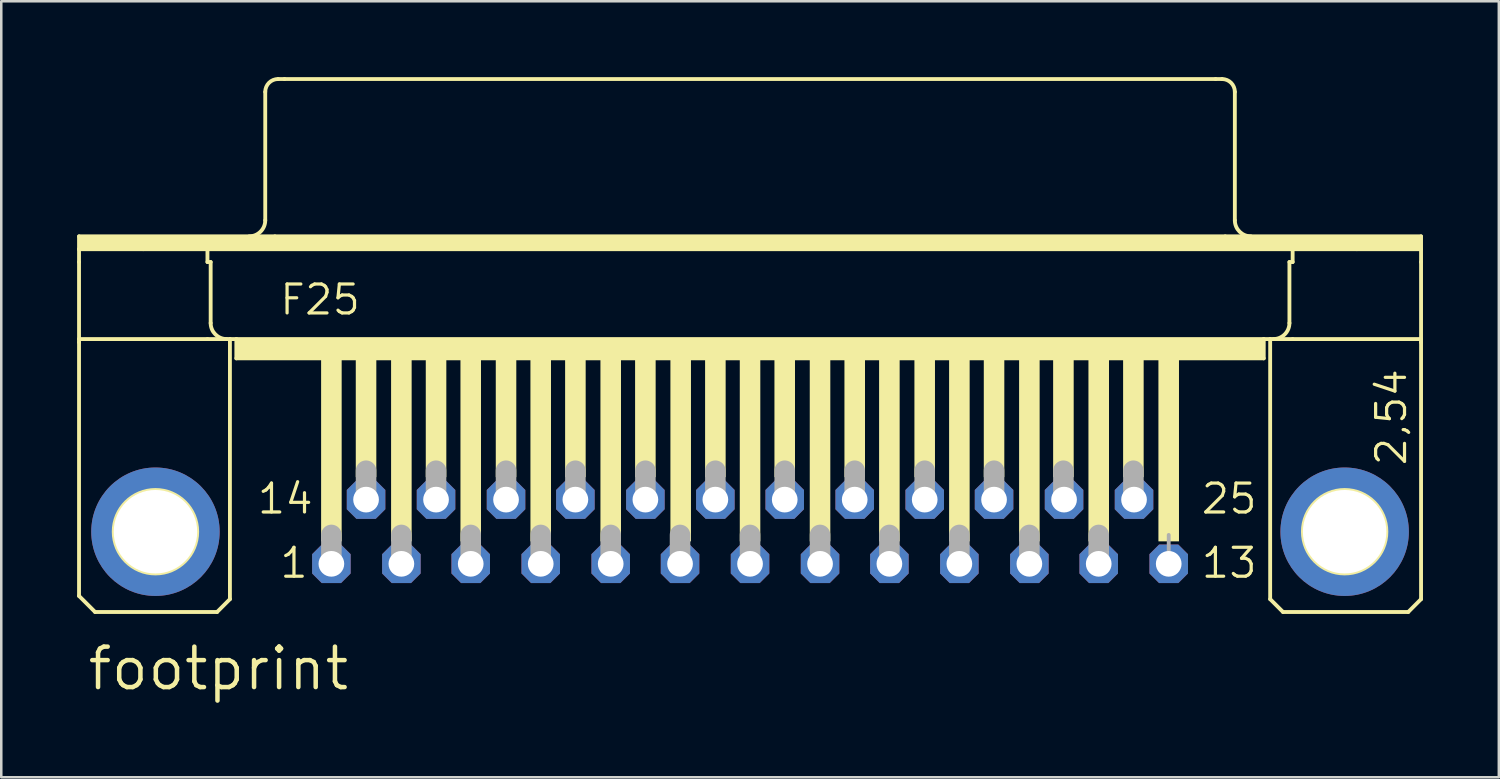
<source format=kicad_pcb>
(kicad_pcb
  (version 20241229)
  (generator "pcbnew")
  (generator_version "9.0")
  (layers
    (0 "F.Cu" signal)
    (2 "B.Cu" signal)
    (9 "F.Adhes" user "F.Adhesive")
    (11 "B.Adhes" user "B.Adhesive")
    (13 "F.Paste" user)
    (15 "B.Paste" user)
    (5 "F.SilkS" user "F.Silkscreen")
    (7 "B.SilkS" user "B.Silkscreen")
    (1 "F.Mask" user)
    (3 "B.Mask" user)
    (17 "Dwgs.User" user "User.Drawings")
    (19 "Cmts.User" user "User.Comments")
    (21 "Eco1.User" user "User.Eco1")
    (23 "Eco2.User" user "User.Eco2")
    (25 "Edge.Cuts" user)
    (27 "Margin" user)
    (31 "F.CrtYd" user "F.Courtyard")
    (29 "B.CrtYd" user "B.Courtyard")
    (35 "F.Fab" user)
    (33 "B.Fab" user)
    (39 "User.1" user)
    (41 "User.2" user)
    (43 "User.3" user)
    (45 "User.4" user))
  (footprint "footprint"
    (layer "F.Cu")
    (at 26.619 17.983)
    (property "Reference" "footprint" (at -26.289 6.35 0) (layer "F.SilkS") (effects (font (size 1.6 1.6) (thickness 0.178)) (justify left bottom)))
    (fp_line (start -26.543 -11.684) (end -18.796 -11.684) (stroke (width 0.152) (type solid)) (layer "F.SilkS"))
    (fp_line (start -26.543 -11.176) (end -26.543 -11.684) (stroke (width 0.152) (type solid)) (layer "F.SilkS"))
    (fp_line (start -26.543 -11.176) (end -24.003 -11.176) (stroke (width 0.152) (type solid)) (layer "F.SilkS"))
    (fp_line (start -26.543 -10.668) (end -26.543 -11.176) (stroke (width 0.152) (type solid)) (layer "F.SilkS"))
    (fp_line (start -26.543 -7.62) (end -26.543 -10.668) (stroke (width 0.152) (type solid)) (layer "F.SilkS"))
    (fp_line (start -26.543 -7.62) (end -26.543 -7.493) (stroke (width 0.152) (type solid)) (layer "F.SilkS"))
    (fp_line (start -26.543 -7.62) (end -21.463 -7.62) (stroke (width 0.152) (type solid)) (layer "F.SilkS"))
    (fp_line (start -26.543 2.54) (end -26.543 -7.493) (stroke (width 0.152) (type solid)) (layer "F.SilkS"))
    (fp_line (start -25.908 3.175) (end -26.543 2.54) (stroke (width 0.152) (type solid)) (layer "F.SilkS"))
    (fp_line (start -24.003 -11.176) (end -21.463 -11.176) (stroke (width 0.152) (type solid)) (layer "F.SilkS"))
    (fp_line (start -21.463 -11.176) (end 21.463 -11.176) (stroke (width 0.152) (type solid)) (layer "F.SilkS"))
    (fp_line (start -21.463 -10.668) (end -21.463 -11.176) (stroke (width 0.152) (type solid)) (layer "F.SilkS"))
    (fp_line (start -21.463 -10.668) (end -21.336 -10.668) (stroke (width 0.152) (type solid)) (layer "F.SilkS"))
    (fp_line (start -21.463 -7.62) (end -20.574 -7.62) (stroke (width 0.152) (type solid)) (layer "F.SilkS"))
    (fp_line (start -21.336 -8.255) (end -21.336 -10.668) (stroke (width 0.152) (type solid)) (layer "F.SilkS"))
    (fp_line (start -21.082 3.175) (end -25.908 3.175) (stroke (width 0.152) (type solid)) (layer "F.SilkS"))
    (fp_line (start -21.082 3.175) (end -20.574 2.667) (stroke (width 0.152) (type solid)) (layer "F.SilkS"))
    (fp_line (start -20.574 -7.62) (end -20.32 -7.62) (stroke (width 0.152) (type solid)) (layer "F.SilkS"))
    (fp_line (start -20.574 2.667) (end -20.574 -7.62) (stroke (width 0.152) (type solid)) (layer "F.SilkS"))
    (fp_line (start -20.32 -7.62) (end -20.32 -6.858) (stroke (width 0.152) (type solid)) (layer "F.SilkS"))
    (fp_line (start -20.32 -7.62) (end 20.32 -7.62) (stroke (width 0.152) (type solid)) (layer "F.SilkS"))
    (fp_line (start -20.32 -6.858) (end 20.32 -6.858) (stroke (width 0.152) (type solid)) (layer "F.SilkS"))
    (fp_line (start -19.177 -12.319) (end -19.177 -17.399) (stroke (width 0.152) (type solid)) (layer "F.SilkS"))
    (fp_line (start -18.796 -11.684) (end 18.796 -11.684) (stroke (width 0.152) (type solid)) (layer "F.SilkS"))
    (fp_line (start -18.669 -17.907) (end -18.415 -17.907) (stroke (width 0.152) (type solid)) (layer "F.SilkS"))
    (fp_line (start -18.415 -17.907) (end 18.415 -17.907) (stroke (width 0.152) (type solid)) (layer "F.SilkS"))
    (fp_line (start 18.415 -17.907) (end 18.669 -17.907) (stroke (width 0.152) (type solid)) (layer "F.SilkS"))
    (fp_line (start 18.796 -11.684) (end 26.543 -11.684) (stroke (width 0.152) (type solid)) (layer "F.SilkS"))
    (fp_line (start 19.177 -12.319) (end 19.177 -17.399) (stroke (width 0.152) (type solid)) (layer "F.SilkS"))
    (fp_line (start 20.32 -7.62) (end 20.32 -6.858) (stroke (width 0.152) (type solid)) (layer "F.SilkS"))
    (fp_line (start 20.32 -7.62) (end 20.574 -7.62) (stroke (width 0.152) (type solid)) (layer "F.SilkS"))
    (fp_line (start 20.574 -7.62) (end 21.463 -7.62) (stroke (width 0.152) (type solid)) (layer "F.SilkS"))
    (fp_line (start 20.574 2.667) (end 20.574 -7.62) (stroke (width 0.152) (type solid)) (layer "F.SilkS"))
    (fp_line (start 20.574 2.667) (end 21.082 3.175) (stroke (width 0.152) (type solid)) (layer "F.SilkS"))
    (fp_line (start 21.082 3.175) (end 26.035 3.175) (stroke (width 0.152) (type solid)) (layer "F.SilkS"))
    (fp_line (start 21.336 -10.668) (end 21.463 -10.668) (stroke (width 0.152) (type solid)) (layer "F.SilkS"))
    (fp_line (start 21.336 -8.255) (end 21.336 -10.668) (stroke (width 0.152) (type solid)) (layer "F.SilkS"))
    (fp_line (start 21.463 -11.176) (end 24.003 -11.176) (stroke (width 0.152) (type solid)) (layer "F.SilkS"))
    (fp_line (start 21.463 -10.668) (end 21.463 -11.176) (stroke (width 0.152) (type solid)) (layer "F.SilkS"))
    (fp_line (start 21.463 -7.62) (end 26.543 -7.62) (stroke (width 0.152) (type solid)) (layer "F.SilkS"))
    (fp_line (start 24.003 -11.176) (end 26.543 -11.176) (stroke (width 0.152) (type solid)) (layer "F.SilkS"))
    (fp_line (start 26.035 3.175) (end 26.543 2.667) (stroke (width 0.152) (type solid)) (layer "F.SilkS"))
    (fp_line (start 26.543 -11.684) (end 26.543 -11.176) (stroke (width 0.152) (type solid)) (layer "F.SilkS"))
    (fp_line (start 26.543 -11.176) (end 26.543 -10.668) (stroke (width 0.152) (type solid)) (layer "F.SilkS"))
    (fp_line (start 26.543 -10.668) (end 26.543 -7.62) (stroke (width 0.152) (type solid)) (layer "F.SilkS"))
    (fp_line (start 26.543 -7.62) (end 26.543 -7.493) (stroke (width 0.152) (type solid)) (layer "F.SilkS"))
    (fp_line (start 26.543 2.667) (end 26.543 -7.493) (stroke (width 0.152) (type solid)) (layer "F.SilkS"))
    (fp_arc (start -20.701 -7.62) (mid -21.150013 -7.805987) (end -21.336 -8.255) (stroke (width 0.1524) (type solid)) (layer "F.SilkS"))
    (fp_arc (start -19.177 -17.399) (mid -19.02821 -17.75821) (end -18.669 -17.907) (stroke (width 0.1524) (type solid)) (layer "F.SilkS"))
    (fp_arc (start -19.177 -12.319) (mid -19.362987 -11.869987) (end -19.812 -11.684) (stroke (width 0.1524) (type solid)) (layer "F.SilkS"))
    (fp_arc (start 18.669 -17.907) (mid 19.02821 -17.75821) (end 19.177 -17.399) (stroke (width 0.1524) (type solid)) (layer "F.SilkS"))
    (fp_arc (start 19.812 -11.684) (mid 19.362987 -11.869987) (end 19.177 -12.319) (stroke (width 0.1524) (type solid)) (layer "F.SilkS"))
    (fp_arc (start 21.336 -8.255) (mid 21.150013 -7.805987) (end 20.701 -7.62) (stroke (width 0.1524) (type solid)) (layer "F.SilkS"))
    (fp_circle (center -23.52 0) (end -21.869 0) (stroke (width 0.152) (type solid)) (fill no) (layer "F.SilkS"))
    (fp_circle (center 23.52 0) (end 25.171 0) (stroke (width 0.152) (type solid)) (fill no) (layer "F.SilkS"))
    (fp_poly (pts (xy -26.543 -11.176) (xy 26.543 -11.176) (xy 26.543 -11.684) (xy -26.543 -11.684)) (stroke (width 0) (type solid)) (fill yes) (layer "F.SilkS"))
    (fp_poly (pts (xy -20.32 -6.858) (xy 20.32 -6.858) (xy 20.32 -7.62) (xy -20.32 -7.62)) (stroke (width 0) (type solid)) (fill yes) (layer "F.SilkS"))
    (fp_poly (pts (xy -16.967 0.381) (xy -16.154 0.381) (xy -16.154 -6.858) (xy -16.967 -6.858)) (stroke (width 0) (type solid)) (fill yes) (layer "F.SilkS"))
    (fp_poly (pts (xy -15.596 -2.159) (xy -14.783 -2.159) (xy -14.783 -6.858) (xy -15.596 -6.858)) (stroke (width 0) (type solid)) (fill yes) (layer "F.SilkS"))
    (fp_poly (pts (xy -14.199 0.381) (xy -13.386 0.381) (xy -13.386 -6.858) (xy -14.199 -6.858)) (stroke (width 0) (type solid)) (fill yes) (layer "F.SilkS"))
    (fp_poly (pts (xy -12.827 -2.159) (xy -12.014 -2.159) (xy -12.014 -6.858) (xy -12.827 -6.858)) (stroke (width 0) (type solid)) (fill yes) (layer "F.SilkS"))
    (fp_poly (pts (xy -11.455 0.381) (xy -10.643 0.381) (xy -10.643 -6.858) (xy -11.455 -6.858)) (stroke (width 0) (type solid)) (fill yes) (layer "F.SilkS"))
    (fp_poly (pts (xy -10.058 -2.159) (xy -9.246 -2.159) (xy -9.246 -6.858) (xy -10.058 -6.858)) (stroke (width 0) (type solid)) (fill yes) (layer "F.SilkS"))
    (fp_poly (pts (xy -8.687 0.381) (xy -7.874 0.381) (xy -7.874 -6.858) (xy -8.687 -6.858)) (stroke (width 0) (type solid)) (fill yes) (layer "F.SilkS"))
    (fp_poly (pts (xy -7.315 -2.159) (xy -6.502 -2.159) (xy -6.502 -6.858) (xy -7.315 -6.858)) (stroke (width 0) (type solid)) (fill yes) (layer "F.SilkS"))
    (fp_poly (pts (xy -5.918 0.381) (xy -5.105 0.381) (xy -5.105 -6.858) (xy -5.918 -6.858)) (stroke (width 0) (type solid)) (fill yes) (layer "F.SilkS"))
    (fp_poly (pts (xy -4.547 -2.159) (xy -3.734 -2.159) (xy -3.734 -6.858) (xy -4.547 -6.858)) (stroke (width 0) (type solid)) (fill yes) (layer "F.SilkS"))
    (fp_poly (pts (xy -3.15 0.381) (xy -2.337 0.381) (xy -2.337 -6.858) (xy -3.15 -6.858)) (stroke (width 0) (type solid)) (fill yes) (layer "F.SilkS"))
    (fp_poly (pts (xy -1.778 -2.159) (xy -0.965 -2.159) (xy -0.965 -6.858) (xy -1.778 -6.858)) (stroke (width 0) (type solid)) (fill yes) (layer "F.SilkS"))
    (fp_poly (pts (xy -0.406 0.381) (xy 0.406 0.381) (xy 0.406 -6.858) (xy -0.406 -6.858)) (stroke (width 0) (type solid)) (fill yes) (layer "F.SilkS"))
    (fp_poly (pts (xy 0.965 -2.159) (xy 1.778 -2.159) (xy 1.778 -6.858) (xy 0.965 -6.858)) (stroke (width 0) (type solid)) (fill yes) (layer "F.SilkS"))
    (fp_poly (pts (xy 2.362 0.381) (xy 3.175 0.381) (xy 3.175 -6.858) (xy 2.362 -6.858)) (stroke (width 0) (type solid)) (fill yes) (layer "F.SilkS"))
    (fp_poly (pts (xy 3.734 -2.159) (xy 4.547 -2.159) (xy 4.547 -6.858) (xy 3.734 -6.858)) (stroke (width 0) (type solid)) (fill yes) (layer "F.SilkS"))
    (fp_poly (pts (xy 5.105 0.381) (xy 5.918 0.381) (xy 5.918 -6.858) (xy 5.105 -6.858)) (stroke (width 0) (type solid)) (fill yes) (layer "F.SilkS"))
    (fp_poly (pts (xy 6.502 -2.159) (xy 7.315 -2.159) (xy 7.315 -6.858) (xy 6.502 -6.858)) (stroke (width 0) (type solid)) (fill yes) (layer "F.SilkS"))
    (fp_poly (pts (xy 7.874 0.381) (xy 8.687 0.381) (xy 8.687 -6.858) (xy 7.874 -6.858)) (stroke (width 0) (type solid)) (fill yes) (layer "F.SilkS"))
    (fp_poly (pts (xy 9.246 -2.159) (xy 10.058 -2.159) (xy 10.058 -6.858) (xy 9.246 -6.858)) (stroke (width 0) (type solid)) (fill yes) (layer "F.SilkS"))
    (fp_poly (pts (xy 10.643 0.381) (xy 11.455 0.381) (xy 11.455 -6.858) (xy 10.643 -6.858)) (stroke (width 0) (type solid)) (fill yes) (layer "F.SilkS"))
    (fp_poly (pts (xy 11.989 -2.159) (xy 12.802 -2.159) (xy 12.802 -6.858) (xy 11.989 -6.858)) (stroke (width 0) (type solid)) (fill yes) (layer "F.SilkS"))
    (fp_poly (pts (xy 13.386 0.381) (xy 14.199 0.381) (xy 14.199 -6.858) (xy 13.386 -6.858)) (stroke (width 0) (type solid)) (fill yes) (layer "F.SilkS"))
    (fp_poly (pts (xy 14.757 -2.159) (xy 15.57 -2.159) (xy 15.57 -6.858) (xy 14.757 -6.858)) (stroke (width 0) (type solid)) (fill yes) (layer "F.SilkS"))
    (fp_poly (pts (xy 16.154 0.381) (xy 16.967 0.381) (xy 16.967 -6.858) (xy 16.154 -6.858)) (stroke (width 0) (type solid)) (fill yes) (layer "F.SilkS"))
    (fp_line (start -16.561 1.143) (end -16.561 0.127) (stroke (width 0.813) (type solid)) (layer "F.Fab"))
    (fp_line (start -15.189 -1.397) (end -15.189 -2.413) (stroke (width 0.813) (type solid)) (layer "F.Fab"))
    (fp_line (start -13.792 1.143) (end -13.792 0.127) (stroke (width 0.813) (type solid)) (layer "F.Fab"))
    (fp_line (start -12.421 -1.397) (end -12.421 -2.413) (stroke (width 0.813) (type solid)) (layer "F.Fab"))
    (fp_line (start -11.049 1.143) (end -11.049 0.127) (stroke (width 0.813) (type solid)) (layer "F.Fab"))
    (fp_line (start -9.652 -1.397) (end -9.652 -2.413) (stroke (width 0.813) (type solid)) (layer "F.Fab"))
    (fp_line (start -8.28 1.143) (end -8.28 0.127) (stroke (width 0.813) (type solid)) (layer "F.Fab"))
    (fp_line (start -6.909 -1.397) (end -6.909 -2.413) (stroke (width 0.813) (type solid)) (layer "F.Fab"))
    (fp_line (start -5.512 1.143) (end -5.512 0.127) (stroke (width 0.813) (type solid)) (layer "F.Fab"))
    (fp_line (start -4.14 -1.397) (end -4.14 -2.413) (stroke (width 0.813) (type solid)) (layer "F.Fab"))
    (fp_line (start -2.769 1.143) (end -2.769 0.127) (stroke (width 0.813) (type solid)) (layer "F.Fab"))
    (fp_line (start -1.372 -1.397) (end -1.372 -2.413) (stroke (width 0.813) (type solid)) (layer "F.Fab"))
    (fp_line (start 0 1.143) (end 0 0.127) (stroke (width 0.813) (type solid)) (layer "F.Fab"))
    (fp_line (start 1.372 -1.397) (end 1.372 -2.413) (stroke (width 0.813) (type solid)) (layer "F.Fab"))
    (fp_line (start 2.769 1.143) (end 2.769 0.127) (stroke (width 0.813) (type solid)) (layer "F.Fab"))
    (fp_line (start 4.14 -1.397) (end 4.14 -2.413) (stroke (width 0.813) (type solid)) (layer "F.Fab"))
    (fp_line (start 5.512 1.143) (end 5.512 0.127) (stroke (width 0.813) (type solid)) (layer "F.Fab"))
    (fp_line (start 6.909 -1.397) (end 6.909 -2.413) (stroke (width 0.813) (type solid)) (layer "F.Fab"))
    (fp_line (start 8.28 1.143) (end 8.28 0.127) (stroke (width 0.813) (type solid)) (layer "F.Fab"))
    (fp_line (start 9.652 -1.397) (end 9.652 -2.413) (stroke (width 0.813) (type solid)) (layer "F.Fab"))
    (fp_line (start 11.049 1.143) (end 11.049 0.127) (stroke (width 0.813) (type solid)) (layer "F.Fab"))
    (fp_line (start 12.395 -1.397) (end 12.395 -2.413) (stroke (width 0.813) (type solid)) (layer "F.Fab"))
    (fp_line (start 13.792 1.143) (end 13.792 0.127) (stroke (width 0.813) (type solid)) (layer "F.Fab"))
    (fp_line (start 15.164 -1.397) (end 15.164 -2.413) (stroke (width 0.813) (type solid)) (layer "F.Fab"))
    (fp_line (start 16.561 1.143) (end 16.561 0.127) (stroke (width 0.152) (type solid)) (layer "F.Fab"))
    (fp_text user "1" (at -18.669 1.905 0) (layer "F.SilkS") (effects (font (size 1.143 1.143) (thickness 0.127)) (justify left bottom)))
    (fp_text user "14" (at -19.558 -0.635 0) (layer "F.SilkS") (effects (font (size 1.143 1.143) (thickness 0.127)) (justify left bottom)))
    (fp_text user "13" (at 17.78 1.905 0) (layer "F.SilkS") (effects (font (size 1.143 1.143) (thickness 0.127)) (justify left bottom)))
    (fp_text user "25" (at 17.78 -0.635 0) (layer "F.SilkS") (effects (font (size 1.143 1.143) (thickness 0.127)) (justify left bottom)))
    (fp_text user "F25" (at -18.669 -8.509 0) (layer "F.SilkS") (effects (font (size 1.143 1.143) (thickness 0.127)) (justify left bottom)))
    (fp_text user "2,54" (at 26.035 -2.54 90) (layer "F.SilkS") (effects (font (size 1.143 1.143) (thickness 0.127)) (justify left bottom)))
    (pad "1" thru_hole roundrect (at -16.561 1.27) (size 1.524 1.524) (drill 1.016) (layers "*.Cu" "*.Mask") (roundrect_rratio 0.25) (chamfer_ratio 0.25) (chamfer top_left top_right bottom_left bottom_right))
    (pad "2" thru_hole roundrect (at -13.792 1.27) (size 1.524 1.524) (drill 1.016) (layers "*.Cu" "*.Mask") (roundrect_rratio 0.25) (chamfer_ratio 0.25) (chamfer top_left top_right bottom_left bottom_right))
    (pad "3" thru_hole roundrect (at -11.049 1.27) (size 1.524 1.524) (drill 1.016) (layers "*.Cu" "*.Mask") (roundrect_rratio 0.25) (chamfer_ratio 0.25) (chamfer top_left top_right bottom_left bottom_right))
    (pad "4" thru_hole roundrect (at -8.28 1.27) (size 1.524 1.524) (drill 1.016) (layers "*.Cu" "*.Mask") (roundrect_rratio 0.25) (chamfer_ratio 0.25) (chamfer top_left top_right bottom_left bottom_right))
    (pad "5" thru_hole roundrect (at -5.512 1.27) (size 1.524 1.524) (drill 1.016) (layers "*.Cu" "*.Mask") (roundrect_rratio 0.25) (chamfer_ratio 0.25) (chamfer top_left top_right bottom_left bottom_right))
    (pad "6" thru_hole roundrect (at -2.769 1.27) (size 1.524 1.524) (drill 1.016) (layers "*.Cu" "*.Mask") (roundrect_rratio 0.25) (chamfer_ratio 0.25) (chamfer top_left top_right bottom_left bottom_right))
    (pad "7" thru_hole roundrect (at 0 1.27) (size 1.524 1.524) (drill 1.016) (layers "*.Cu" "*.Mask") (roundrect_rratio 0.25) (chamfer_ratio 0.25) (chamfer top_left top_right bottom_left bottom_right))
    (pad "8" thru_hole roundrect (at 2.769 1.27) (size 1.524 1.524) (drill 1.016) (layers "*.Cu" "*.Mask") (roundrect_rratio 0.25) (chamfer_ratio 0.25) (chamfer top_left top_right bottom_left bottom_right))
    (pad "9" thru_hole roundrect (at 5.512 1.27) (size 1.524 1.524) (drill 1.016) (layers "*.Cu" "*.Mask") (roundrect_rratio 0.25) (chamfer_ratio 0.25) (chamfer top_left top_right bottom_left bottom_right))
    (pad "10" thru_hole roundrect (at 8.28 1.27) (size 1.524 1.524) (drill 1.016) (layers "*.Cu" "*.Mask") (roundrect_rratio 0.25) (chamfer_ratio 0.25) (chamfer top_left top_right bottom_left bottom_right))
    (pad "11" thru_hole roundrect (at 11.049 1.27) (size 1.524 1.524) (drill 1.016) (layers "*.Cu" "*.Mask") (roundrect_rratio 0.25) (chamfer_ratio 0.25) (chamfer top_left top_right bottom_left bottom_right))
    (pad "12" thru_hole roundrect (at 13.792 1.27) (size 1.524 1.524) (drill 1.016) (layers "*.Cu" "*.Mask") (roundrect_rratio 0.25) (chamfer_ratio 0.25) (chamfer top_left top_right bottom_left bottom_right))
    (pad "13" thru_hole roundrect (at 16.561 1.27) (size 1.524 1.524) (drill 1.016) (layers "*.Cu" "*.Mask") (roundrect_rratio 0.25) (chamfer_ratio 0.25) (chamfer top_left top_right bottom_left bottom_right))
    (pad "14" thru_hole roundrect (at -15.189 -1.27) (size 1.524 1.524) (drill 1.016) (layers "*.Cu" "*.Mask") (roundrect_rratio 0.25) (chamfer_ratio 0.25) (chamfer top_left top_right bottom_left bottom_right))
    (pad "15" thru_hole roundrect (at -12.421 -1.27) (size 1.524 1.524) (drill 1.016) (layers "*.Cu" "*.Mask") (roundrect_rratio 0.25) (chamfer_ratio 0.25) (chamfer top_left top_right bottom_left bottom_right))
    (pad "16" thru_hole roundrect (at -9.652 -1.27) (size 1.524 1.524) (drill 1.016) (layers "*.Cu" "*.Mask") (roundrect_rratio 0.25) (chamfer_ratio 0.25) (chamfer top_left top_right bottom_left bottom_right))
    (pad "17" thru_hole roundrect (at -6.909 -1.27) (size 1.524 1.524) (drill 1.016) (layers "*.Cu" "*.Mask") (roundrect_rratio 0.25) (chamfer_ratio 0.25) (chamfer top_left top_right bottom_left bottom_right))
    (pad "18" thru_hole roundrect (at -4.14 -1.27) (size 1.524 1.524) (drill 1.016) (layers "*.Cu" "*.Mask") (roundrect_rratio 0.25) (chamfer_ratio 0.25) (chamfer top_left top_right bottom_left bottom_right))
    (pad "19" thru_hole roundrect (at -1.372 -1.27) (size 1.524 1.524) (drill 1.016) (layers "*.Cu" "*.Mask") (roundrect_rratio 0.25) (chamfer_ratio 0.25) (chamfer top_left top_right bottom_left bottom_right))
    (pad "20" thru_hole roundrect (at 1.372 -1.27) (size 1.524 1.524) (drill 1.016) (layers "*.Cu" "*.Mask") (roundrect_rratio 0.25) (chamfer_ratio 0.25) (chamfer top_left top_right bottom_left bottom_right))
    (pad "21" thru_hole roundrect (at 4.14 -1.27) (size 1.524 1.524) (drill 1.016) (layers "*.Cu" "*.Mask") (roundrect_rratio 0.25) (chamfer_ratio 0.25) (chamfer top_left top_right bottom_left bottom_right))
    (pad "22" thru_hole roundrect (at 6.909 -1.27) (size 1.524 1.524) (drill 1.016) (layers "*.Cu" "*.Mask") (roundrect_rratio 0.25) (chamfer_ratio 0.25) (chamfer top_left top_right bottom_left bottom_right))
    (pad "23" thru_hole roundrect (at 9.652 -1.27) (size 1.524 1.524) (drill 1.016) (layers "*.Cu" "*.Mask") (roundrect_rratio 0.25) (chamfer_ratio 0.25) (chamfer top_left top_right bottom_left bottom_right))
    (pad "24" thru_hole roundrect (at 12.421 -1.27) (size 1.524 1.524) (drill 1.016) (layers "*.Cu" "*.Mask") (roundrect_rratio 0.25) (chamfer_ratio 0.25) (chamfer top_left top_right bottom_left bottom_right))
    (pad "25" thru_hole roundrect (at 15.189 -1.27) (size 1.524 1.524) (drill 1.016) (layers "*.Cu" "*.Mask") (roundrect_rratio 0.25) (chamfer_ratio 0.25) (chamfer top_left top_right bottom_left bottom_right))
    (pad "G1" thru_hole circle (at -23.52 0) (size 5.08 5.08) (drill 3.302) (layers "*.Cu" "*.Mask"))
    (pad "G2" thru_hole circle (at 23.52 0) (size 5.08 5.08) (drill 3.302) (layers "*.Cu" "*.Mask")))
  (gr_rect
    (start -3 -3)
    (end 56.238 27.696)
    (stroke (width 0.1) (type default))
    (fill no)
    (layer "Edge.Cuts")))
</source>
